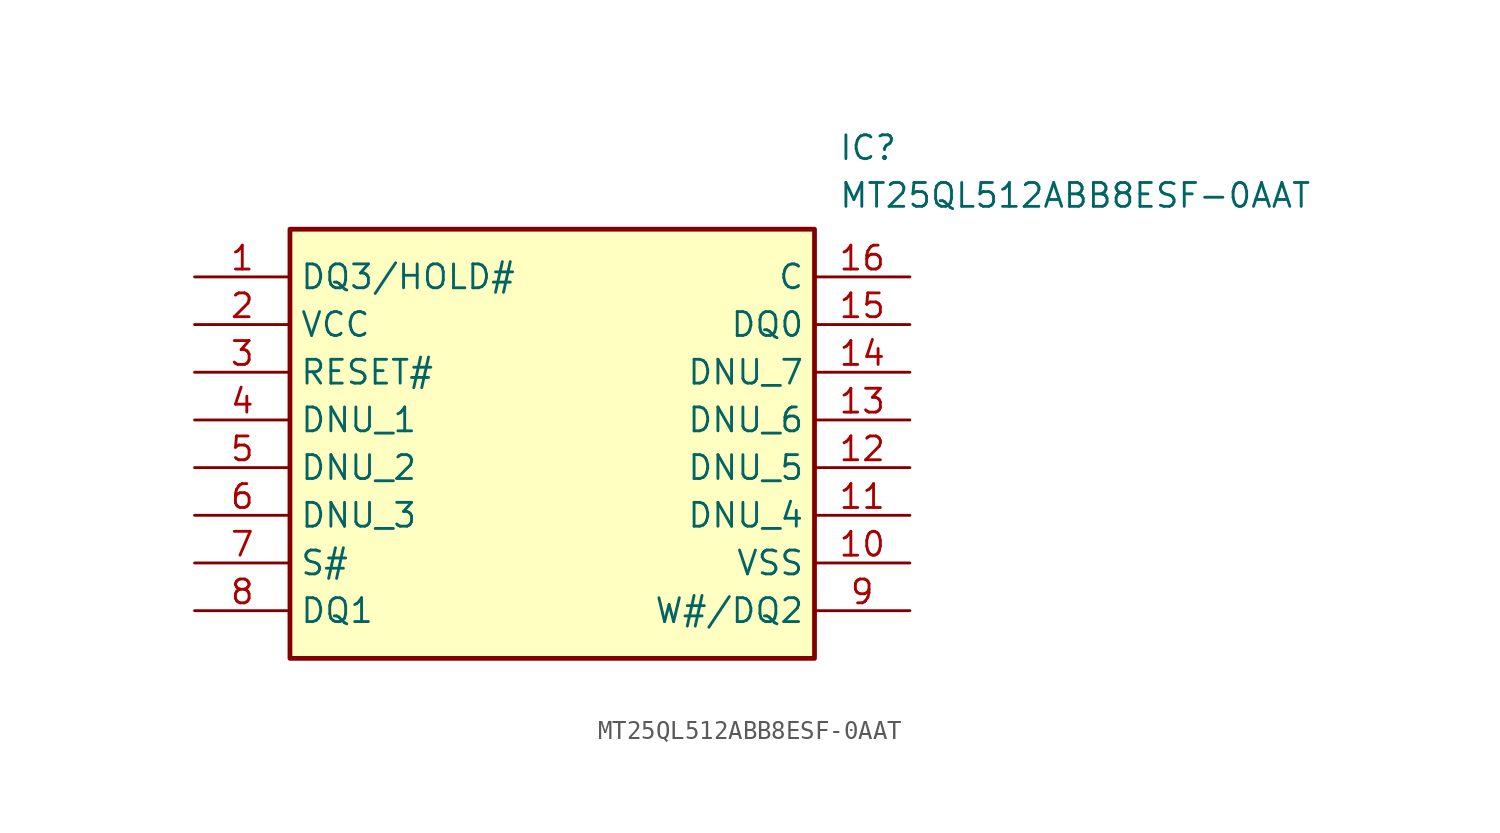
<source format=kicad_sym>
(kicad_symbol_lib
  (version 20211014)
  (generator SamacSys_ECAD_Model)
  (symbol "MT25QL512ABB8ESF-0AAT"
    (property "Reference" "IC"
      (at 34.29 7.62 0)
      (effects (font (size 1.27 1.27)) (justify left top)))
    (property "Value" "MT25QL512ABB8ESF-0AAT"
      (at 34.29 5.08 0)
      (effects (font (size 1.27 1.27)) (justify left top)))
    (rectangle
      (start 5.08 2.54)
      (end 33.02 -20.32)
      (stroke (width 0.254) (type default))
      (fill (type background)))
    (pin passive line
      (at 0 0 0)
      (length 5.08)
      (name "DQ3/HOLD#" (effects (font (size 1.27 1.27))))
      (number "1" (effects (font (size 1.27 1.27)))))
    (pin passive line
      (at 0 -2.54 0)
      (length 5.08)
      (name "VCC" (effects (font (size 1.27 1.27))))
      (number "2" (effects (font (size 1.27 1.27)))))
    (pin passive line
      (at 0 -5.08 0)
      (length 5.08)
      (name "RESET#" (effects (font (size 1.27 1.27))))
      (number "3" (effects (font (size 1.27 1.27)))))
    (pin passive line
      (at 0 -7.62 0)
      (length 5.08)
      (name "DNU_1" (effects (font (size 1.27 1.27))))
      (number "4" (effects (font (size 1.27 1.27)))))
    (pin passive line
      (at 0 -10.16 0)
      (length 5.08)
      (name "DNU_2" (effects (font (size 1.27 1.27))))
      (number "5" (effects (font (size 1.27 1.27)))))
    (pin passive line
      (at 0 -12.7 0)
      (length 5.08)
      (name "DNU_3" (effects (font (size 1.27 1.27))))
      (number "6" (effects (font (size 1.27 1.27)))))
    (pin passive line
      (at 0 -15.24 0)
      (length 5.08)
      (name "S#" (effects (font (size 1.27 1.27))))
      (number "7" (effects (font (size 1.27 1.27)))))
    (pin passive line
      (at 0 -17.78 0)
      (length 5.08)
      (name "DQ1" (effects (font (size 1.27 1.27))))
      (number "8" (effects (font (size 1.27 1.27)))))
    (pin passive line
      (at 38.1 0 180)
      (length 5.08)
      (name "C" (effects (font (size 1.27 1.27))))
      (number "16" (effects (font (size 1.27 1.27)))))
    (pin passive line
      (at 38.1 -2.54 180)
      (length 5.08)
      (name "DQ0" (effects (font (size 1.27 1.27))))
      (number "15" (effects (font (size 1.27 1.27)))))
    (pin passive line
      (at 38.1 -5.08 180)
      (length 5.08)
      (name "DNU_7" (effects (font (size 1.27 1.27))))
      (number "14" (effects (font (size 1.27 1.27)))))
    (pin passive line
      (at 38.1 -7.62 180)
      (length 5.08)
      (name "DNU_6" (effects (font (size 1.27 1.27))))
      (number "13" (effects (font (size 1.27 1.27)))))
    (pin passive line
      (at 38.1 -10.16 180)
      (length 5.08)
      (name "DNU_5" (effects (font (size 1.27 1.27))))
      (number "12" (effects (font (size 1.27 1.27)))))
    (pin passive line
      (at 38.1 -12.7 180)
      (length 5.08)
      (name "DNU_4" (effects (font (size 1.27 1.27))))
      (number "11" (effects (font (size 1.27 1.27)))))
    (pin passive line
      (at 38.1 -15.24 180)
      (length 5.08)
      (name "VSS" (effects (font (size 1.27 1.27))))
      (number "10" (effects (font (size 1.27 1.27)))))
    (pin passive line
      (at 38.1 -17.78 180)
      (length 5.08)
      (name "W#/DQ2" (effects (font (size 1.27 1.27))))
      (number "9" (effects (font (size 1.27 1.27)))))))
</source>
